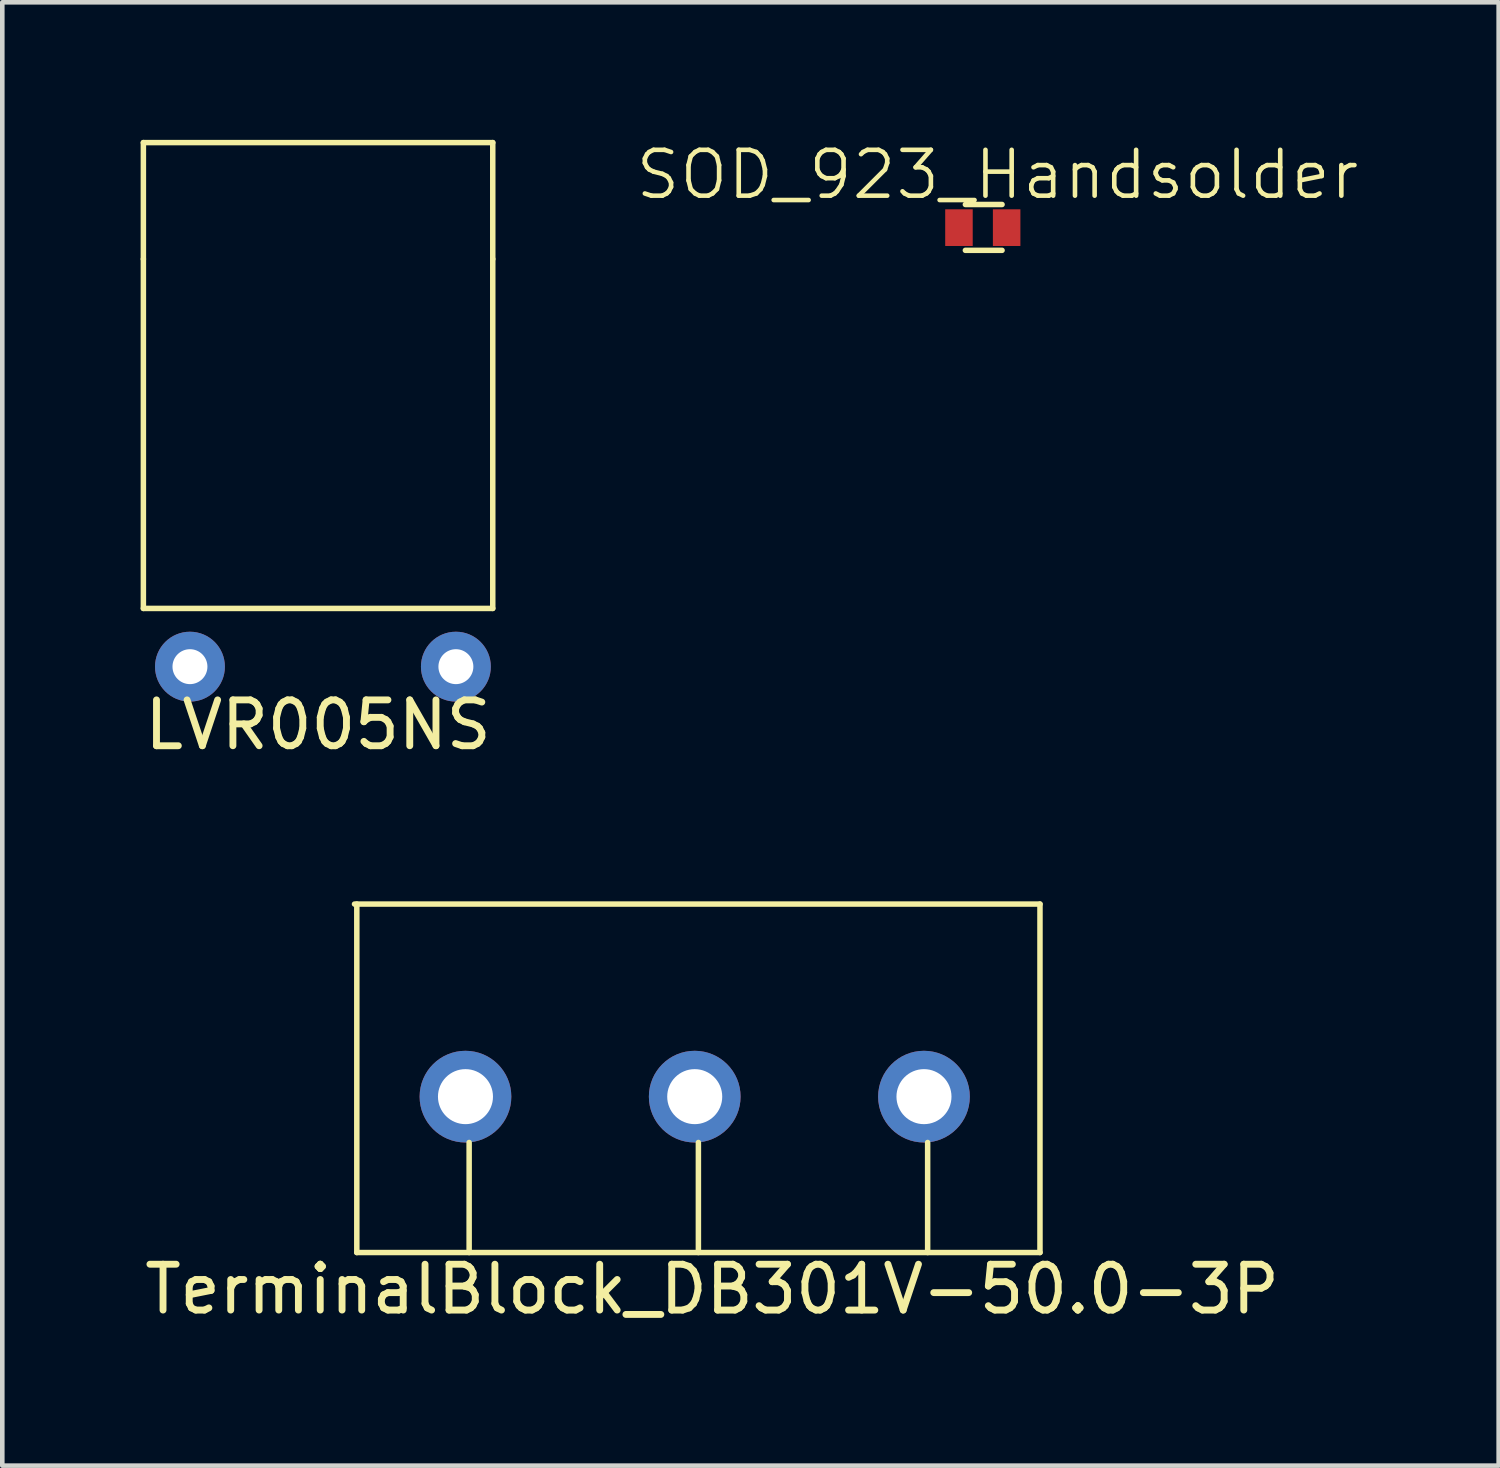
<source format=kicad_pcb>
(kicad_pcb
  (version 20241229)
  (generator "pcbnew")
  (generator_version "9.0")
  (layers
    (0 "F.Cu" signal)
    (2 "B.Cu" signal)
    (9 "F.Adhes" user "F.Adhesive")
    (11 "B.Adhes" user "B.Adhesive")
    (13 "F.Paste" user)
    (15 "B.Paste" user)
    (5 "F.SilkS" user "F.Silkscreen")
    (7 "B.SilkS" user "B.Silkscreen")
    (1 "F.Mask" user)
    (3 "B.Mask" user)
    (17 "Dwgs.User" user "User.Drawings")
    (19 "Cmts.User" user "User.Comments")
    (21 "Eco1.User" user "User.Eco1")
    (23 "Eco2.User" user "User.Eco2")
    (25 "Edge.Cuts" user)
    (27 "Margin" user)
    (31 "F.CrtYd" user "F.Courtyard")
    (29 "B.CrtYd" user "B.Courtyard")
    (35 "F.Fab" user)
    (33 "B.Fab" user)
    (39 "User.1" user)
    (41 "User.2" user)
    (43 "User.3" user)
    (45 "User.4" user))
  (footprint "TerminalBlock_DB301V-50.0-3P"
    (layer "F.Cu")
    (at 12.182 20.868)
    (property "Reference" "TerminalBlock_DB301V-50.0-3P" (at 0.3 4.2 0) (layer "F.SilkS") (effects (font (size 1 1) (thickness 0.15))))
    (attr through_hole)
    (fp_line (start -7.5 -4.2) (end 7.45 -4.2) (stroke (width 0.12) (type solid)) (layer "F.SilkS"))
    (fp_line (start -7.45 3.4) (end -7.45 -4.2) (stroke (width 0.12) (type solid)) (layer "F.SilkS"))
    (fp_line (start -5 1) (end -5 3.4) (stroke (width 0.12) (type solid)) (layer "F.SilkS"))
    (fp_line (start 0 1) (end 0 3.4) (stroke (width 0.12) (type solid)) (layer "F.SilkS"))
    (fp_line (start 5 1) (end 5 3.4) (stroke (width 0.12) (type solid)) (layer "F.SilkS"))
    (fp_line (start 7.45 -4.2) (end 7.45 3.4) (stroke (width 0.12) (type solid)) (layer "F.SilkS"))
    (fp_line (start 7.45 3.4) (end -7.45 3.4) (stroke (width 0.12) (type solid)) (layer "F.SilkS"))
    (pad "1" thru_hole circle (at -5.08 0) (size 2 2) (drill 1.2) (layers "*.Cu" "*.Mask"))
    (pad "2" thru_hole circle (at -0.08 0) (size 2 2) (drill 1.2) (layers "*.Cu" "*.Mask"))
    (pad "3" thru_hole circle (at 4.92 0) (size 2 2) (drill 1.2) (layers "*.Cu" "*.Mask")))
  (footprint "LVR005NS"
    (layer "F.Cu")
    (at 3.887 10.22)
    (property "Reference" "LVR005NS" (at 0 2.54 0) (layer "F.SilkS") (effects (font (size 1 1) (thickness 0.15))))
    (attr through_hole)
    (fp_line (start -3.81 -10.16) (end -3.81 -7.62) (stroke (width 0.12) (type solid)) (layer "F.SilkS"))
    (fp_line (start -3.81 -7.62) (end -3.81 0) (stroke (width 0.12) (type solid)) (layer "F.SilkS"))
    (fp_line (start -3.81 0) (end 3.81 0) (stroke (width 0.12) (type solid)) (layer "F.SilkS"))
    (fp_line (start 3.81 -10.16) (end -3.81 -10.16) (stroke (width 0.12) (type solid)) (layer "F.SilkS"))
    (fp_line (start 3.81 -10.16) (end 3.81 -7.62) (stroke (width 0.12) (type solid)) (layer "F.SilkS"))
    (fp_line (start 3.81 0) (end 3.81 -7.62) (stroke (width 0.12) (type solid)) (layer "F.SilkS"))
    (pad "1" thru_hole circle (at -2.794 1.27) (size 1.524 1.524) (drill 0.762) (layers "*.Cu" "*.Mask"))
    (pad "2" thru_hole circle (at 3.006 1.27) (size 1.524 1.524) (drill 0.762) (layers "*.Cu" "*.Mask")))
  (footprint "SOD_923_Handsolder"
    (layer "F.Cu")
    (at 18.355 0.41)
    (property "Reference" "SOD_923_Handsolder" (at 0.35 0.35 0) (layer "F.SilkS") (effects (font (size 1 1) (thickness 0.1))))
    (attr smd)
    (fp_line (start -0.35 1) (end 0.45 1) (stroke (width 0.12) (type solid)) (layer "F.SilkS"))
    (fp_line (start 0.45 2) (end -0.35 2) (stroke (width 0.12) (type solid)) (layer "F.SilkS"))
    (pad "1" smd rect (at -0.49 1.505) (size 0.6 0.8) (layers "F.Cu" "F.Mask" "F.Paste"))
    (pad "2" smd rect (at 0.55 1.505) (size 0.6 0.8) (layers "F.Cu" "F.Mask" "F.Paste")))
  (gr_rect
    (start -3 -3)
    (end 29.636 28.916)
    (stroke (width 0.1) (type default))
    (fill no)
    (layer "Edge.Cuts")))
</source>
